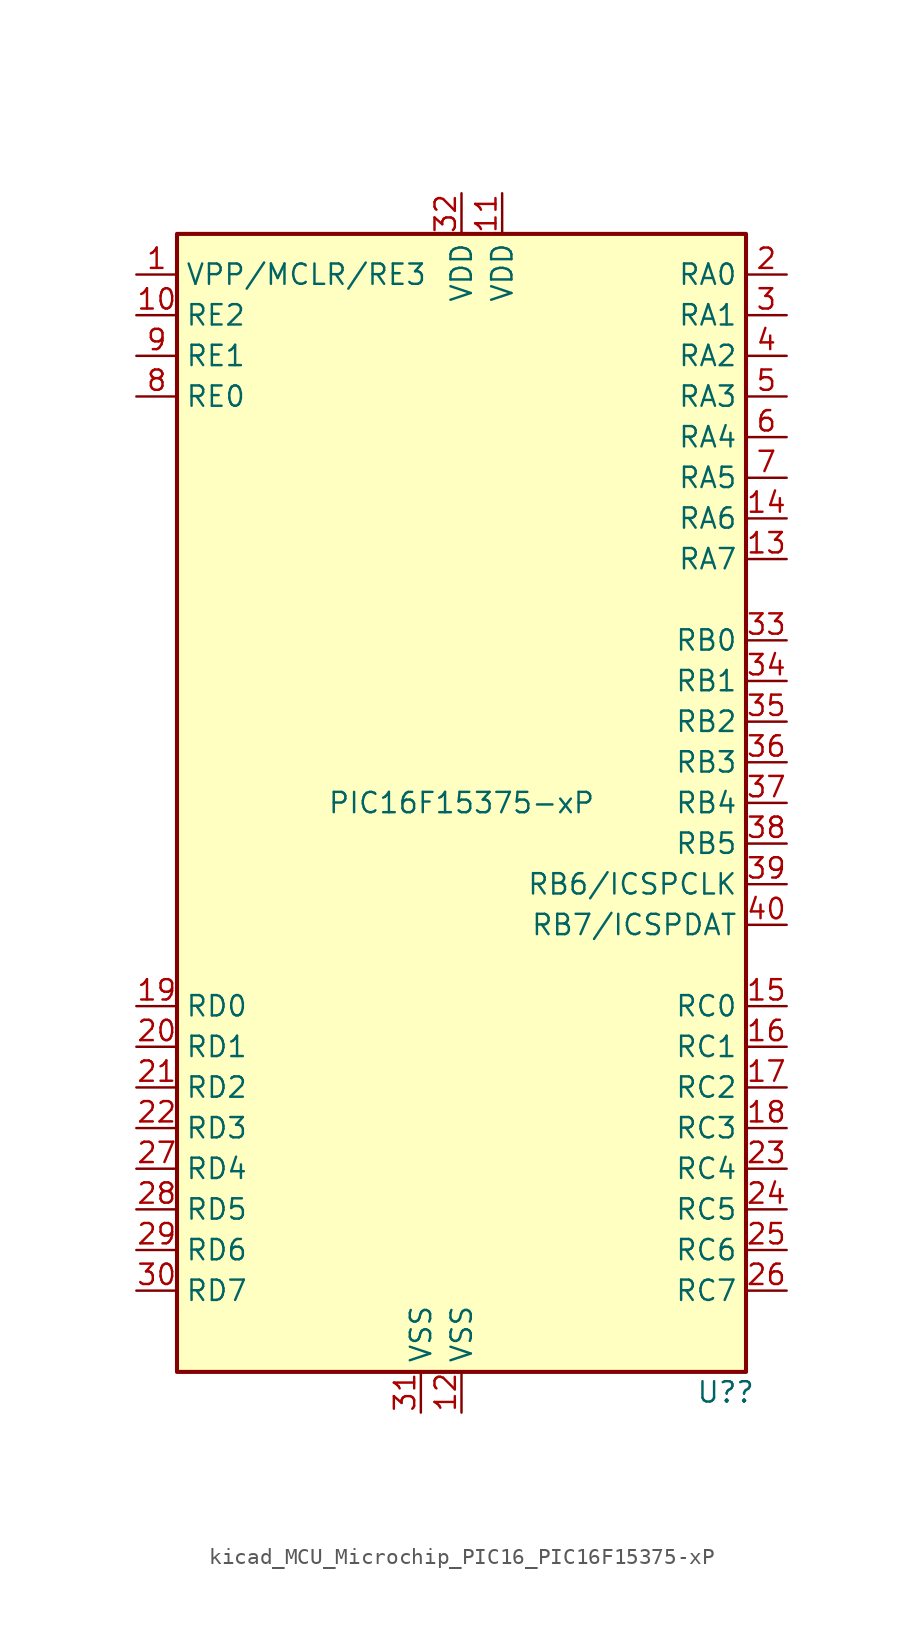
<source format=kicad_sym>
(kicad_symbol_lib
  (version 20220914)
  (generator kicad_symbol_editor)
  (symbol "kicad_MCU_Microchip_PIC16_PIC16F15375-xP"
    (property "Reference" "U?"
      (at 16.51 -36.83 0)
      (effects (font (size 1.27 1.27))))
    (property "Value" "PIC16F15375-xP"
      (at 0 0 0)
      (effects (font (size 1.27 1.27))))
    (symbol "kicad_MCU_Microchip_PIC16_PIC16F15375-xP_0_1"
      (rectangle (start -17.78 35.56) (end 17.78 -35.56) (stroke (width 0.254) (type default)) (fill (type background))))
    (symbol "kicad_MCU_Microchip_PIC16_PIC16F15375-xP_1_1"
      (pin bidirectional line (at -20.32 33.02 0) (length 2.54) (name "VPP/MCLR/RE3" (effects (font (size 1.27 1.27)))) (number "1" (effects (font (size 1.27 1.27)))))
      (pin bidirectional line (at -20.32 30.48 0) (length 2.54) (name "RE2" (effects (font (size 1.27 1.27)))) (number "10" (effects (font (size 1.27 1.27)))))
      (pin power_in line (at 2.54 38.1 270) (length 2.54) (name "VDD" (effects (font (size 1.27 1.27)))) (number "11" (effects (font (size 1.27 1.27)))))
      (pin power_in line (at 0 -38.1 90) (length 2.54) (name "VSS" (effects (font (size 1.27 1.27)))) (number "12" (effects (font (size 1.27 1.27)))))
      (pin bidirectional line (at 20.32 15.24 180) (length 2.54) (name "RA7" (effects (font (size 1.27 1.27)))) (number "13" (effects (font (size 1.27 1.27)))))
      (pin bidirectional line (at 20.32 17.78 180) (length 2.54) (name "RA6" (effects (font (size 1.27 1.27)))) (number "14" (effects (font (size 1.27 1.27)))))
      (pin bidirectional line (at 20.32 -12.7 180) (length 2.54) (name "RC0" (effects (font (size 1.27 1.27)))) (number "15" (effects (font (size 1.27 1.27)))))
      (pin bidirectional line (at 20.32 -15.24 180) (length 2.54) (name "RC1" (effects (font (size 1.27 1.27)))) (number "16" (effects (font (size 1.27 1.27)))))
      (pin bidirectional line (at 20.32 -17.78 180) (length 2.54) (name "RC2" (effects (font (size 1.27 1.27)))) (number "17" (effects (font (size 1.27 1.27)))))
      (pin bidirectional line (at 20.32 -20.32 180) (length 2.54) (name "RC3" (effects (font (size 1.27 1.27)))) (number "18" (effects (font (size 1.27 1.27)))))
      (pin bidirectional line (at -20.32 -12.7 0) (length 2.54) (name "RD0" (effects (font (size 1.27 1.27)))) (number "19" (effects (font (size 1.27 1.27)))))
      (pin bidirectional line (at 20.32 33.02 180) (length 2.54) (name "RA0" (effects (font (size 1.27 1.27)))) (number "2" (effects (font (size 1.27 1.27)))))
      (pin bidirectional line (at -20.32 -15.24 0) (length 2.54) (name "RD1" (effects (font (size 1.27 1.27)))) (number "20" (effects (font (size 1.27 1.27)))))
      (pin bidirectional line (at -20.32 -17.78 0) (length 2.54) (name "RD2" (effects (font (size 1.27 1.27)))) (number "21" (effects (font (size 1.27 1.27)))))
      (pin bidirectional line (at -20.32 -20.32 0) (length 2.54) (name "RD3" (effects (font (size 1.27 1.27)))) (number "22" (effects (font (size 1.27 1.27)))))
      (pin bidirectional line (at 20.32 -22.86 180) (length 2.54) (name "RC4" (effects (font (size 1.27 1.27)))) (number "23" (effects (font (size 1.27 1.27)))))
      (pin bidirectional line (at 20.32 -25.4 180) (length 2.54) (name "RC5" (effects (font (size 1.27 1.27)))) (number "24" (effects (font (size 1.27 1.27)))))
      (pin bidirectional line (at 20.32 -27.94 180) (length 2.54) (name "RC6" (effects (font (size 1.27 1.27)))) (number "25" (effects (font (size 1.27 1.27)))))
      (pin bidirectional line (at 20.32 -30.48 180) (length 2.54) (name "RC7" (effects (font (size 1.27 1.27)))) (number "26" (effects (font (size 1.27 1.27)))))
      (pin bidirectional line (at -20.32 -22.86 0) (length 2.54) (name "RD4" (effects (font (size 1.27 1.27)))) (number "27" (effects (font (size 1.27 1.27)))))
      (pin bidirectional line (at -20.32 -25.4 0) (length 2.54) (name "RD5" (effects (font (size 1.27 1.27)))) (number "28" (effects (font (size 1.27 1.27)))))
      (pin bidirectional line (at -20.32 -27.94 0) (length 2.54) (name "RD6" (effects (font (size 1.27 1.27)))) (number "29" (effects (font (size 1.27 1.27)))))
      (pin bidirectional line (at 20.32 30.48 180) (length 2.54) (name "RA1" (effects (font (size 1.27 1.27)))) (number "3" (effects (font (size 1.27 1.27)))))
      (pin bidirectional line (at -20.32 -30.48 0) (length 2.54) (name "RD7" (effects (font (size 1.27 1.27)))) (number "30" (effects (font (size 1.27 1.27)))))
      (pin power_in line (at -2.54 -38.1 90) (length 2.54) (name "VSS" (effects (font (size 1.27 1.27)))) (number "31" (effects (font (size 1.27 1.27)))))
      (pin power_in line (at 0 38.1 270) (length 2.54) (name "VDD" (effects (font (size 1.27 1.27)))) (number "32" (effects (font (size 1.27 1.27)))))
      (pin bidirectional line (at 20.32 10.16 180) (length 2.54) (name "RB0" (effects (font (size 1.27 1.27)))) (number "33" (effects (font (size 1.27 1.27)))))
      (pin bidirectional line (at 20.32 7.62 180) (length 2.54) (name "RB1" (effects (font (size 1.27 1.27)))) (number "34" (effects (font (size 1.27 1.27)))))
      (pin bidirectional line (at 20.32 5.08 180) (length 2.54) (name "RB2" (effects (font (size 1.27 1.27)))) (number "35" (effects (font (size 1.27 1.27)))))
      (pin bidirectional line (at 20.32 2.54 180) (length 2.54) (name "RB3" (effects (font (size 1.27 1.27)))) (number "36" (effects (font (size 1.27 1.27)))))
      (pin bidirectional line (at 20.32 0 180) (length 2.54) (name "RB4" (effects (font (size 1.27 1.27)))) (number "37" (effects (font (size 1.27 1.27)))))
      (pin bidirectional line (at 20.32 -2.54 180) (length 2.54) (name "RB5" (effects (font (size 1.27 1.27)))) (number "38" (effects (font (size 1.27 1.27)))))
      (pin bidirectional line (at 20.32 -5.08 180) (length 2.54) (name "RB6/ICSPCLK" (effects (font (size 1.27 1.27)))) (number "39" (effects (font (size 1.27 1.27)))))
      (pin bidirectional line (at 20.32 27.94 180) (length 2.54) (name "RA2" (effects (font (size 1.27 1.27)))) (number "4" (effects (font (size 1.27 1.27)))))
      (pin bidirectional line (at 20.32 -7.62 180) (length 2.54) (name "RB7/ICSPDAT" (effects (font (size 1.27 1.27)))) (number "40" (effects (font (size 1.27 1.27)))))
      (pin bidirectional line (at 20.32 25.4 180) (length 2.54) (name "RA3" (effects (font (size 1.27 1.27)))) (number "5" (effects (font (size 1.27 1.27)))))
      (pin bidirectional line (at 20.32 22.86 180) (length 2.54) (name "RA4" (effects (font (size 1.27 1.27)))) (number "6" (effects (font (size 1.27 1.27)))))
      (pin bidirectional line (at 20.32 20.32 180) (length 2.54) (name "RA5" (effects (font (size 1.27 1.27)))) (number "7" (effects (font (size 1.27 1.27)))))
      (pin bidirectional line (at -20.32 25.4 0) (length 2.54) (name "RE0" (effects (font (size 1.27 1.27)))) (number "8" (effects (font (size 1.27 1.27)))))
      (pin bidirectional line (at -20.32 27.94 0) (length 2.54) (name "RE1" (effects (font (size 1.27 1.27)))) (number "9" (effects (font (size 1.27 1.27))))))))
</source>
